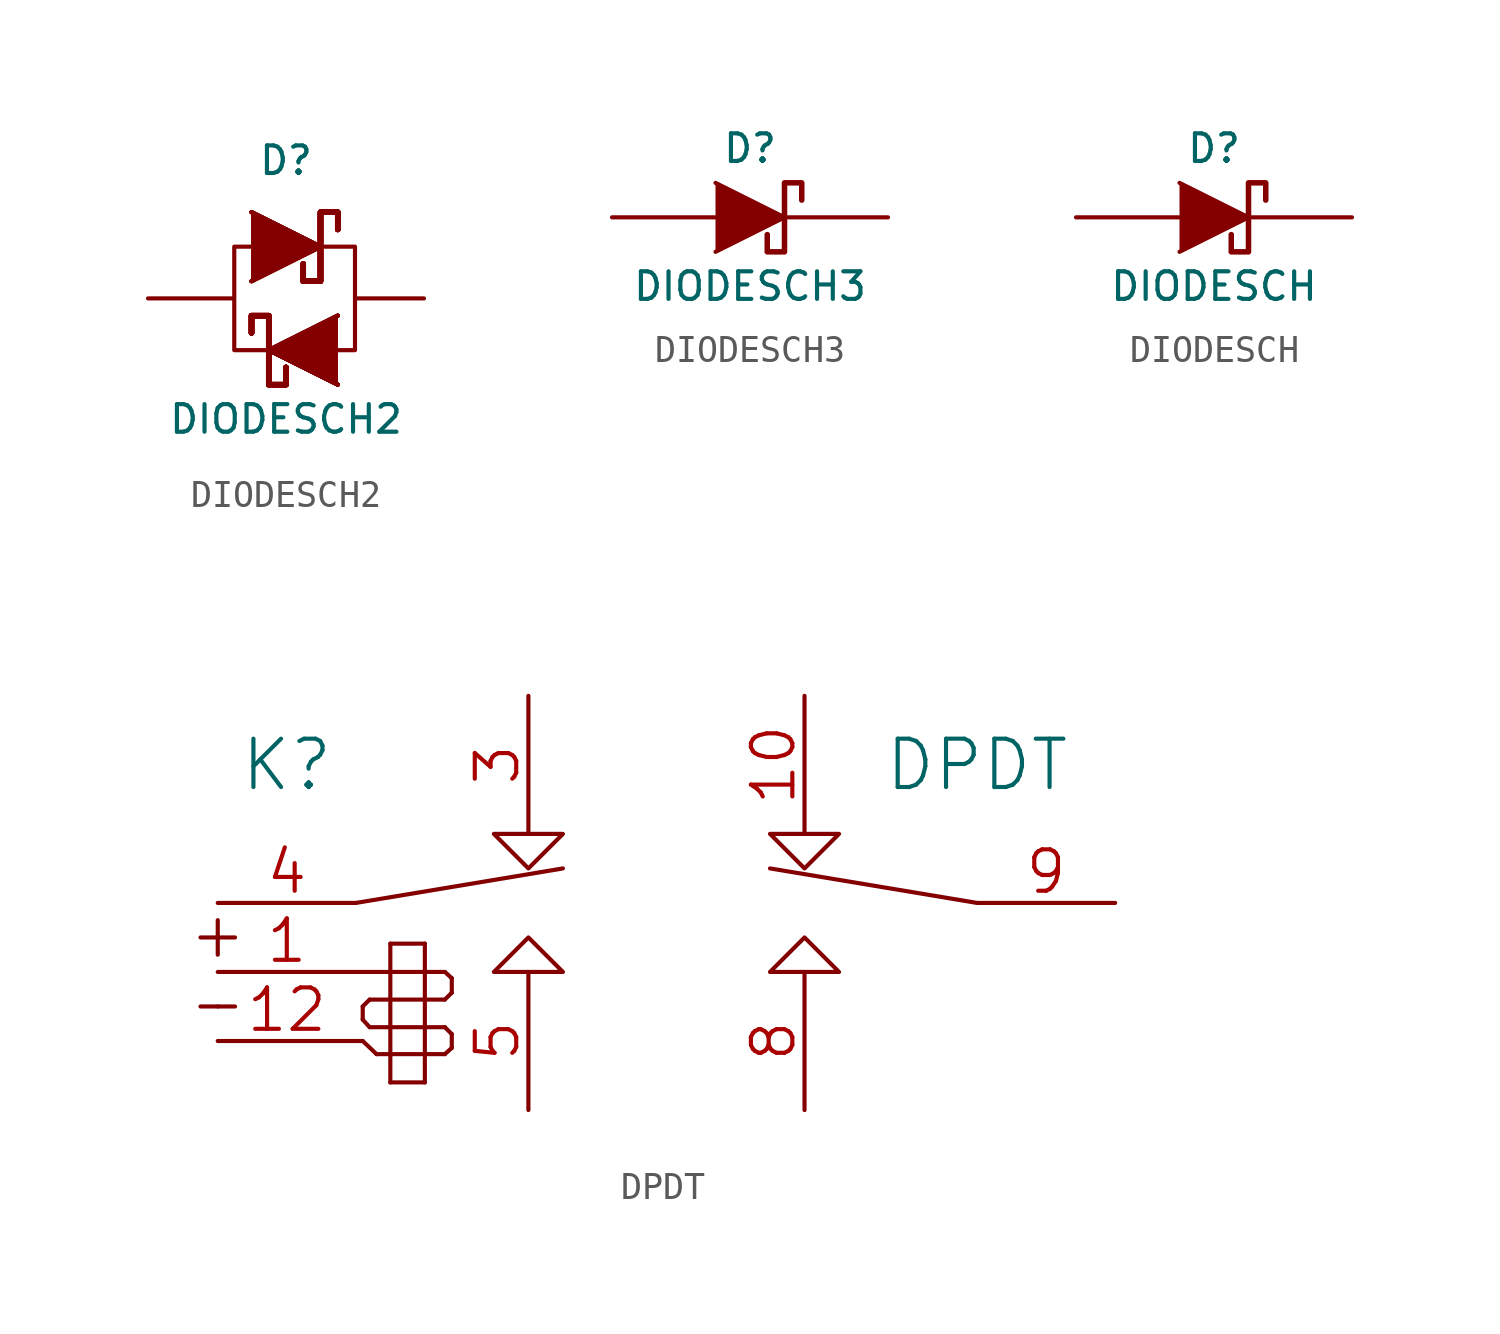
<source format=kicad_sym>
(kicad_symbol_lib
  (version 20210619)
  (generator kicad_symbol_editor)
  (symbol "hermeslite:DIODESCH2"
    (pin_numbers hide)
    (pin_names
      (offset 1.016) hide)
    (property "Reference" "D"
      (at 0 5.08 0)
      (effects (font (size 1.016 1.016))))
    (property "Value" "DIODESCH2"
      (at 0 -4.445 0)
      (effects (font (size 1.016 1.016))))
    (property "Footprint" ""
      (at 0 1.905 0)
      (effects (font (size 1.524 1.524))))
    (property "Datasheet" ""
      (at 0 1.905 0)
      (effects (font (size 1.524 1.524))))
    (symbol "DIODESCH2_0_1"
      (polyline (pts (xy -1.27 1.905) (xy -1.905 1.905) (xy -1.905 -1.905) (xy -0.635 -1.905)) (stroke (width 0)) (fill (type none)))
      (polyline (pts (xy 1.905 -1.905) (xy 2.54 -1.905) (xy 2.54 1.905) (xy 1.27 1.905)) (stroke (width 0)) (fill (type none)))
      (polyline (pts (xy -1.27 -1.27) (xy -1.27 -0.635) (xy -0.635 -0.635) (xy -0.635 -3.175) (xy 0 -3.175) (xy 0 -2.54)) (stroke (width 0.203)) (fill (type none)))
      (polyline (pts (xy -1.27 -1.27) (xy -1.27 -0.635) (xy -0.635 -0.635) (xy -0.635 -3.175) (xy 0 -3.175) (xy 0 -2.54)) (stroke (width 0.203)) (fill (type none)))
      (polyline (pts (xy -1.27 -1.27) (xy -1.27 -0.635) (xy -0.635 -0.635) (xy -0.635 -3.175) (xy 0 -3.175) (xy 0 -2.54)) (stroke (width 0.203)) (fill (type none)))
      (polyline (pts (xy -1.27 -1.27) (xy -1.27 -0.635) (xy -0.635 -0.635) (xy -0.635 -3.175) (xy 0 -3.175) (xy 0 -2.54)) (stroke (width 0.203)) (fill (type none)))
      (polyline (pts (xy -1.27 -1.27) (xy -1.27 -0.635) (xy -0.635 -0.635) (xy -0.635 -3.175) (xy 0 -3.175) (xy 0 -2.54)) (stroke (width 0.203)) (fill (type none)))
      (polyline (pts (xy -1.27 -1.27) (xy -1.27 -0.635) (xy -0.635 -0.635) (xy -0.635 -3.175) (xy 0 -3.175) (xy 0 -2.54)) (stroke (width 0.203)) (fill (type none)))
      (polyline (pts (xy -1.27 -1.27) (xy -1.27 -0.635) (xy -0.635 -0.635) (xy -0.635 -3.175) (xy 0 -3.175) (xy 0 -2.54)) (stroke (width 0.203)) (fill (type none)))
      (polyline (pts (xy -1.27 -1.27) (xy -1.27 -0.635) (xy -0.635 -0.635) (xy -0.635 -3.175) (xy 0 -3.175) (xy 0 -2.54)) (stroke (width 0.203)) (fill (type none)))
      (polyline (pts (xy 1.905 2.54) (xy 1.905 3.175) (xy 1.27 3.175) (xy 1.27 0.635) (xy 0.635 0.635) (xy 0.635 1.27)) (stroke (width 0.203)) (fill (type none)))
      (polyline (pts (xy 1.905 2.54) (xy 1.905 3.175) (xy 1.27 3.175) (xy 1.27 0.635) (xy 0.635 0.635) (xy 0.635 1.27)) (stroke (width 0.203)) (fill (type none)))
      (polyline (pts (xy 1.905 2.54) (xy 1.905 3.175) (xy 1.27 3.175) (xy 1.27 0.635) (xy 0.635 0.635) (xy 0.635 1.27)) (stroke (width 0.203)) (fill (type none)))
      (polyline (pts (xy 1.905 2.54) (xy 1.905 3.175) (xy 1.27 3.175) (xy 1.27 0.635) (xy 0.635 0.635) (xy 0.635 1.27)) (stroke (width 0.203)) (fill (type none)))
      (polyline (pts (xy 1.905 2.54) (xy 1.905 3.175) (xy 1.27 3.175) (xy 1.27 0.635) (xy 0.635 0.635) (xy 0.635 1.27)) (stroke (width 0.203)) (fill (type none)))
      (polyline (pts (xy 1.905 2.54) (xy 1.905 3.175) (xy 1.27 3.175) (xy 1.27 0.635) (xy 0.635 0.635) (xy 0.635 1.27)) (stroke (width 0.203)) (fill (type none)))
      (polyline (pts (xy 1.905 2.54) (xy 1.905 3.175) (xy 1.27 3.175) (xy 1.27 0.635) (xy 0.635 0.635) (xy 0.635 1.27)) (stroke (width 0.203)) (fill (type none)))
      (polyline (pts (xy 1.905 2.54) (xy 1.905 3.175) (xy 1.27 3.175) (xy 1.27 0.635) (xy 0.635 0.635) (xy 0.635 1.27)) (stroke (width 0.203)) (fill (type none)))
      (polyline (pts (xy -1.27 3.175) (xy 1.27 1.905) (xy -1.27 0.635)) (stroke (width 0)) (fill (type outline)))
      (polyline (pts (xy -1.27 3.175) (xy 1.27 1.905) (xy -1.27 0.635)) (stroke (width 0)) (fill (type outline)))
      (polyline (pts (xy -1.27 3.175) (xy 1.27 1.905) (xy -1.27 0.635)) (stroke (width 0)) (fill (type outline)))
      (polyline (pts (xy -1.27 3.175) (xy 1.27 1.905) (xy -1.27 0.635)) (stroke (width 0)) (fill (type outline)))
      (polyline (pts (xy -1.27 3.175) (xy 1.27 1.905) (xy -1.27 0.635)) (stroke (width 0)) (fill (type outline)))
      (polyline (pts (xy -1.27 3.175) (xy 1.27 1.905) (xy -1.27 0.635)) (stroke (width 0)) (fill (type outline)))
      (polyline (pts (xy -1.27 3.175) (xy 1.27 1.905) (xy -1.27 0.635)) (stroke (width 0)) (fill (type outline)))
      (polyline (pts (xy -1.27 3.175) (xy 1.27 1.905) (xy -1.27 0.635)) (stroke (width 0)) (fill (type outline)))
      (polyline (pts (xy 1.905 -0.635) (xy -0.635 -1.905) (xy 1.905 -3.175)) (stroke (width 0)) (fill (type outline)))
      (polyline (pts (xy 1.905 -0.635) (xy -0.635 -1.905) (xy 1.905 -3.175)) (stroke (width 0)) (fill (type outline)))
      (polyline (pts (xy 1.905 -0.635) (xy -0.635 -1.905) (xy 1.905 -3.175)) (stroke (width 0)) (fill (type outline)))
      (polyline (pts (xy 1.905 -0.635) (xy -0.635 -1.905) (xy 1.905 -3.175)) (stroke (width 0)) (fill (type outline)))
      (polyline (pts (xy 1.905 -0.635) (xy -0.635 -1.905) (xy 1.905 -3.175)) (stroke (width 0)) (fill (type outline)))
      (polyline (pts (xy 1.905 -0.635) (xy -0.635 -1.905) (xy 1.905 -3.175)) (stroke (width 0)) (fill (type outline)))
      (polyline (pts (xy 1.905 -0.635) (xy -0.635 -1.905) (xy 1.905 -3.175)) (stroke (width 0)) (fill (type outline)))
      (polyline (pts (xy 1.905 -0.635) (xy -0.635 -1.905) (xy 1.905 -3.175)) (stroke (width 0)) (fill (type outline))))
    (symbol "DIODESCH2_1_1"
      (pin passive line (at -5.08 0 0) (length 3.099) (name "A" (effects (font (size 1.016 1.016)))) (number "1" (effects (font (size 1.016 1.016)))))
      (pin passive line (at 5.08 0 180) (length 2.489) (name "K" (effects (font (size 1.016 1.016)))) (number "2" (effects (font (size 1.016 1.016)))))))
  (symbol "hermeslite:DIODESCH3"
    (pin_numbers hide)
    (pin_names
      (offset 1.016) hide)
    (property "Reference" "D"
      (at 0 2.54 0)
      (effects (font (size 1.016 1.016))))
    (property "Value" "DIODESCH3"
      (at 0 -2.54 0)
      (effects (font (size 1.016 1.016))))
    (property "Footprint" ""
      (at 0 0 0)
      (effects (font (size 1.524 1.524))))
    (property "Datasheet" ""
      (at 0 0 0)
      (effects (font (size 1.524 1.524))))
    (symbol "DIODESCH3_0_1"
      (polyline (pts (xy 1.905 0.635) (xy 1.905 1.27) (xy 1.27 1.27) (xy 1.27 -1.27) (xy 0.635 -1.27) (xy 0.635 -0.635)) (stroke (width 0.203)) (fill (type none)))
      (polyline (pts (xy -1.27 1.27) (xy 1.27 0) (xy -1.27 -1.27)) (stroke (width 0)) (fill (type outline))))
    (symbol "DIODESCH3_1_1"
      (pin passive line (at 5.08 0 180) (length 3.81) (name "K" (effects (font (size 1.016 1.016)))) (number "1" (effects (font (size 1.016 1.016)))))
      (pin passive line (at -5.08 0 0) (length 3.81) (name "A" (effects (font (size 1.016 1.016)))) (number "2" (effects (font (size 1.016 1.016)))))))
  (symbol "hermeslite:DIODESCH"
    (pin_numbers hide)
    (pin_names
      (offset 1.016) hide)
    (property "Reference" "D"
      (at 0 2.54 0)
      (effects (font (size 1.016 1.016))))
    (property "Value" "DIODESCH"
      (at 0 -2.54 0)
      (effects (font (size 1.016 1.016))))
    (property "Footprint" ""
      (at 0 0 0)
      (effects (font (size 1.524 1.524))))
    (property "Datasheet" ""
      (at 0 0 0)
      (effects (font (size 1.524 1.524))))
    (symbol "DIODESCH_0_1"
      (polyline (pts (xy 1.905 0.635) (xy 1.905 1.27) (xy 1.27 1.27) (xy 1.27 -1.27) (xy 0.635 -1.27) (xy 0.635 -0.635)) (stroke (width 0.203)) (fill (type none)))
      (polyline (pts (xy -1.27 1.27) (xy 1.27 0) (xy -1.27 -1.27)) (stroke (width 0)) (fill (type outline))))
    (symbol "DIODESCH_1_1"
      (pin passive line (at -5.08 0 0) (length 3.81) (name "A" (effects (font (size 1.016 1.016)))) (number "1" (effects (font (size 1.016 1.016)))))
      (pin passive line (at 5.08 0 180) (length 3.81) (name "K" (effects (font (size 1.016 1.016)))) (number "2" (effects (font (size 1.016 1.016)))))))
  (symbol "hermeslite:DPDT"
    (pin_names
      (offset 1.016) hide)
    (property "Reference" "K"
      (at -13.97 5.08 0)
      (effects (font (size 1.778 1.778))))
    (property "Value" "DPDT"
      (at 11.43 5.08 0)
      (effects (font (size 1.778 1.778))))
    (property "Footprint" ""
      (at -7.62 -5.08 0)
      (effects (font (size 1.524 1.524))))
    (property "Datasheet" ""
      (at -7.62 -5.08 0)
      (effects (font (size 1.524 1.524))))
    (symbol "DPDT_0_1"
      (polyline (pts (xy -17.145 -3.81) (xy -16.51 -3.81)) (stroke (width 0)) (fill (type none)))
      (polyline (pts (xy -17.145 -1.27) (xy -15.875 -1.27)) (stroke (width 0)) (fill (type none)))
      (polyline (pts (xy -16.51 -3.81) (xy -15.875 -3.81)) (stroke (width 0)) (fill (type none)))
      (polyline (pts (xy -16.51 -0.635) (xy -16.51 -1.905)) (stroke (width 0)) (fill (type none)))
      (polyline (pts (xy -11.43 -5.08) (xy -11.176 -5.08)) (stroke (width 0)) (fill (type none)))
      (polyline (pts (xy -11.43 -2.54) (xy -10.16 -2.54)) (stroke (width 0)) (fill (type none)))
      (polyline (pts (xy -11.43 0) (xy -3.81 1.27)) (stroke (width 0)) (fill (type none)))
      (polyline (pts (xy -11.176 -5.08) (xy -10.668 -5.563)) (stroke (width 0)) (fill (type none)))
      (polyline (pts (xy -11.176 -4.293) (xy -11.176 -3.81)) (stroke (width 0)) (fill (type none)))
      (polyline (pts (xy -10.922 -4.572) (xy -11.176 -4.293)) (stroke (width 0)) (fill (type none)))
      (polyline (pts (xy -10.922 -3.556) (xy -11.176 -3.81)) (stroke (width 0)) (fill (type none)))
      (polyline (pts (xy -10.668 -5.563) (xy -10.16 -5.563)) (stroke (width 0)) (fill (type none)))
      (polyline (pts (xy -10.16 -6.604) (xy -10.16 -1.499)) (stroke (width 0)) (fill (type none)))
      (polyline (pts (xy -10.16 -4.572) (xy -10.922 -4.572)) (stroke (width 0)) (fill (type none)))
      (polyline (pts (xy -10.16 -4.572) (xy -8.89 -4.572)) (stroke (width 0)) (fill (type none)))
      (polyline (pts (xy -10.16 -3.556) (xy -10.922 -3.556)) (stroke (width 0)) (fill (type none)))
      (polyline (pts (xy -10.16 -2.54) (xy -8.89 -2.54)) (stroke (width 0)) (fill (type none)))
      (polyline (pts (xy -10.16 -1.499) (xy -8.89 -1.499)) (stroke (width 0)) (fill (type none)))
      (polyline (pts (xy -8.89 -6.604) (xy -10.16 -6.604)) (stroke (width 0)) (fill (type none)))
      (polyline (pts (xy -8.89 -5.563) (xy -10.16 -5.563)) (stroke (width 0)) (fill (type none)))
      (polyline (pts (xy -8.89 -5.563) (xy -8.153 -5.563)) (stroke (width 0)) (fill (type none)))
      (polyline (pts (xy -8.89 -4.572) (xy -8.153 -4.572)) (stroke (width 0)) (fill (type none)))
      (polyline (pts (xy -8.89 -3.556) (xy -10.16 -3.556)) (stroke (width 0)) (fill (type none)))
      (polyline (pts (xy -8.89 -3.556) (xy -8.153 -3.556)) (stroke (width 0)) (fill (type none)))
      (polyline (pts (xy -8.89 -2.54) (xy -8.153 -2.54)) (stroke (width 0)) (fill (type none)))
      (polyline (pts (xy -8.89 -1.499) (xy -8.89 -6.604)) (stroke (width 0)) (fill (type none)))
      (polyline (pts (xy -8.153 -5.563) (xy -7.899 -5.334)) (stroke (width 0)) (fill (type none)))
      (polyline (pts (xy -8.153 -4.572) (xy -7.899 -4.826)) (stroke (width 0)) (fill (type none)))
      (polyline (pts (xy -8.153 -3.556) (xy -7.899 -3.302)) (stroke (width 0)) (fill (type none)))
      (polyline (pts (xy -8.153 -2.54) (xy -7.899 -2.769)) (stroke (width 0)) (fill (type none)))
      (polyline (pts (xy -7.899 -5.334) (xy -7.899 -4.826)) (stroke (width 0)) (fill (type none)))
      (polyline (pts (xy -7.899 -2.769) (xy -7.899 -3.302)) (stroke (width 0)) (fill (type none)))
      (polyline (pts (xy 11.43 0) (xy 3.81 1.27)) (stroke (width 0)) (fill (type none)))
      (polyline (pts (xy -5.08 -1.27) (xy -6.35 -2.54) (xy -3.81 -2.54) (xy -5.08 -1.27)) (stroke (width 0)) (fill (type none)))
      (polyline (pts (xy -5.08 1.27) (xy -6.35 2.54) (xy -3.81 2.54) (xy -5.08 1.27)) (stroke (width 0)) (fill (type none)))
      (polyline (pts (xy 3.81 2.54) (xy 5.08 1.27) (xy 6.35 2.54) (xy 3.81 2.54)) (stroke (width 0)) (fill (type none)))
      (polyline (pts (xy 5.08 -1.27) (xy 3.81 -2.54) (xy 6.35 -2.54) (xy 5.08 -1.27)) (stroke (width 0)) (fill (type none))))
    (symbol "DPDT_1_1"
      (pin input line (at -16.51 -2.54 0) (length 5.08) (name "~" (effects (font (size 1.524 1.524)))) (number "1" (effects (font (size 1.524 1.524)))))
      (pin input line (at 5.08 7.62 270) (length 5.08) (name "~" (effects (font (size 1.524 1.524)))) (number "10" (effects (font (size 1.524 1.524)))))
      (pin input line (at -16.51 -5.08 0) (length 5.08) (name "~" (effects (font (size 1.524 1.524)))) (number "12" (effects (font (size 1.524 1.524)))))
      (pin passive line (at -5.08 7.62 270) (length 5.08) (name "~" (effects (font (size 1.524 1.524)))) (number "3" (effects (font (size 1.524 1.524)))))
      (pin passive line (at -16.51 0 0) (length 5.08) (name "~" (effects (font (size 1.524 1.524)))) (number "4" (effects (font (size 1.524 1.524)))))
      (pin input line (at -5.08 -7.62 90) (length 5.08) (name "~" (effects (font (size 1.524 1.524)))) (number "5" (effects (font (size 1.524 1.524)))))
      (pin input line (at 5.08 -7.62 90) (length 5.08) (name "~" (effects (font (size 1.524 1.524)))) (number "8" (effects (font (size 1.524 1.524)))))
      (pin input line (at 16.51 0 180) (length 5.08) (name "~" (effects (font (size 1.524 1.524)))) (number "9" (effects (font (size 1.524 1.524))))))))
</source>
